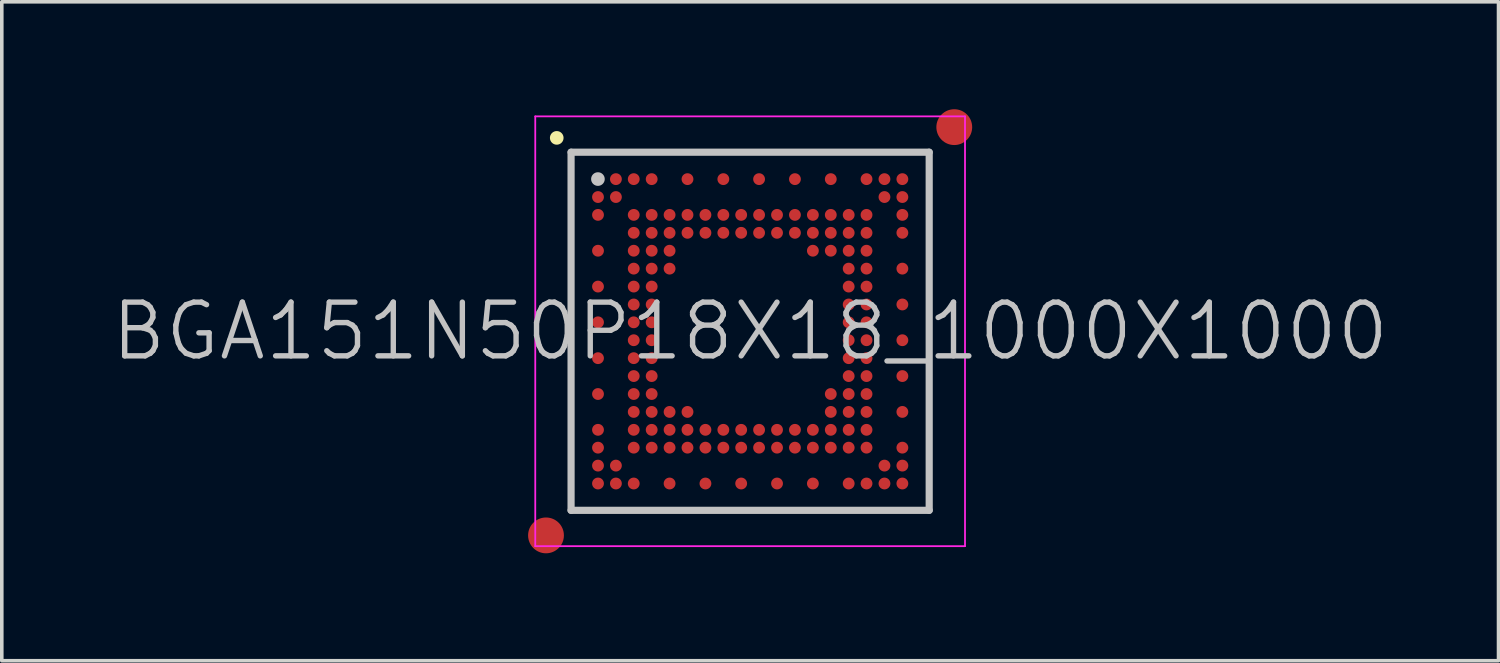
<source format=kicad_pcb>
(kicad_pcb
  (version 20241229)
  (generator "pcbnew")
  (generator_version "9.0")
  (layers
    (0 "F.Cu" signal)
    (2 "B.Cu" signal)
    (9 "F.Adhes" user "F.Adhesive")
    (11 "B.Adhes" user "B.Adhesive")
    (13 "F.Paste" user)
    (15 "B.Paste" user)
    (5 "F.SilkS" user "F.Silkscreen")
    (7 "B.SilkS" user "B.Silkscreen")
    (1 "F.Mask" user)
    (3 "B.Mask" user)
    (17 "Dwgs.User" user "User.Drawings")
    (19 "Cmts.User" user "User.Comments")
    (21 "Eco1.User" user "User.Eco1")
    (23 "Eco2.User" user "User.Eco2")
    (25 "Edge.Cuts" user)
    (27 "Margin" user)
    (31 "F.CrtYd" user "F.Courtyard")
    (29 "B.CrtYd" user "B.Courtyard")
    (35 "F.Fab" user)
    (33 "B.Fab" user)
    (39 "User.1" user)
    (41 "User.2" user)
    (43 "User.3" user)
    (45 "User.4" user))
  (footprint "BGA151N50P18X18_1000X1000"
    (layer "F.Cu")
    (at 17.896 6.2)
    (property "Reference" "BGA151N50P18X18_1000X1000" (at 0 0 0) (layer "Dwgs.User") (effects (font (size 1.5 1.5) (thickness 0.15))))
    (attr smd)
    (fp_line (start -5.4 -5.4) (end -5.4 -5.4) (stroke (width 0.381) (type solid)) (layer "F.SilkS"))
    (fp_line (start -5 -5) (end -5 5) (stroke (width 0.2) (type solid)) (layer "Dwgs.User"))
    (fp_line (start -5 -5) (end 5 -5) (stroke (width 0.2) (type solid)) (layer "Dwgs.User"))
    (fp_line (start -5 5) (end 5 5) (stroke (width 0.2) (type solid)) (layer "Dwgs.User"))
    (fp_line (start -4.25 -4.25) (end -4.25 -4.25) (stroke (width 0.381) (type solid)) (layer "Dwgs.User"))
    (fp_line (start 5 -5) (end 5 5) (stroke (width 0.2) (type solid)) (layer "Dwgs.User"))
    (fp_line (start -6 -6) (end -6 6) (stroke (width 0.05) (type solid)) (layer "F.CrtYd"))
    (fp_line (start -6 -6) (end 6 -6) (stroke (width 0.05) (type solid)) (layer "F.CrtYd"))
    (fp_line (start -6 6) (end 6 6) (stroke (width 0.05) (type solid)) (layer "F.CrtYd"))
    (fp_line (start 6 -6) (end 6 6) (stroke (width 0.05) (type solid)) (layer "F.CrtYd"))
    (pad "" smd circle (at -5.7 5.7) (size 1 1) (layers "F.Cu" "F.Mask"))
    (pad "" smd circle (at 5.7 -5.7) (size 1 1) (layers "F.Cu" "F.Mask"))
    (pad "A2" smd circle (at -3.748 -4.248) (size 0.33 0.33) (layers "F.Cu" "F.Mask" "F.Paste"))
    (pad "A3" smd circle (at -3.25 -4.248) (size 0.33 0.33) (layers "F.Cu" "F.Mask" "F.Paste"))
    (pad "A4" smd circle (at -2.749 -4.248) (size 0.33 0.33) (layers "F.Cu" "F.Mask" "F.Paste"))
    (pad "A6" smd circle (at -1.749 -4.248) (size 0.33 0.33) (layers "F.Cu" "F.Mask" "F.Paste"))
    (pad "A8" smd circle (at -0.748 -4.248) (size 0.33 0.33) (layers "F.Cu" "F.Mask" "F.Paste"))
    (pad "A10" smd circle (at 0.25 -4.248) (size 0.33 0.33) (layers "F.Cu" "F.Mask" "F.Paste"))
    (pad "A12" smd circle (at 1.251 -4.248) (size 0.33 0.33) (layers "F.Cu" "F.Mask" "F.Paste"))
    (pad "A14" smd circle (at 2.252 -4.248) (size 0.33 0.33) (layers "F.Cu" "F.Mask" "F.Paste"))
    (pad "A16" smd circle (at 3.25 -4.248) (size 0.33 0.33) (layers "F.Cu" "F.Mask" "F.Paste"))
    (pad "A17" smd circle (at 3.751 -4.248) (size 0.33 0.33) (layers "F.Cu" "F.Mask" "F.Paste"))
    (pad "A18" smd circle (at 4.251 -4.248) (size 0.33 0.33) (layers "F.Cu" "F.Mask" "F.Paste"))
    (pad "B1" smd circle (at -4.248 -3.748) (size 0.33 0.33) (layers "F.Cu" "F.Mask" "F.Paste"))
    (pad "B2" smd circle (at -3.748 -3.748) (size 0.33 0.33) (layers "F.Cu" "F.Mask" "F.Paste"))
    (pad "B17" smd circle (at 3.751 -3.748) (size 0.33 0.33) (layers "F.Cu" "F.Mask" "F.Paste"))
    (pad "B18" smd circle (at 4.251 -3.748) (size 0.33 0.33) (layers "F.Cu" "F.Mask" "F.Paste"))
    (pad "C1" smd circle (at -4.248 -3.25) (size 0.33 0.33) (layers "F.Cu" "F.Mask" "F.Paste"))
    (pad "C3" smd circle (at -3.25 -3.25) (size 0.33 0.33) (layers "F.Cu" "F.Mask" "F.Paste"))
    (pad "C4" smd circle (at -2.749 -3.25) (size 0.33 0.33) (layers "F.Cu" "F.Mask" "F.Paste"))
    (pad "C5" smd circle (at -2.249 -3.25) (size 0.33 0.33) (layers "F.Cu" "F.Mask" "F.Paste"))
    (pad "C6" smd circle (at -1.749 -3.25) (size 0.33 0.33) (layers "F.Cu" "F.Mask" "F.Paste"))
    (pad "C7" smd circle (at -1.248 -3.25) (size 0.33 0.33) (layers "F.Cu" "F.Mask" "F.Paste"))
    (pad "C8" smd circle (at -0.748 -3.25) (size 0.33 0.33) (layers "F.Cu" "F.Mask" "F.Paste"))
    (pad "C9" smd circle (at -0.25 -3.25) (size 0.33 0.33) (layers "F.Cu" "F.Mask" "F.Paste"))
    (pad "C10" smd circle (at 0.25 -3.25) (size 0.33 0.33) (layers "F.Cu" "F.Mask" "F.Paste"))
    (pad "C11" smd circle (at 0.751 -3.25) (size 0.33 0.33) (layers "F.Cu" "F.Mask" "F.Paste"))
    (pad "C12" smd circle (at 1.251 -3.25) (size 0.33 0.33) (layers "F.Cu" "F.Mask" "F.Paste"))
    (pad "C13" smd circle (at 1.752 -3.25) (size 0.33 0.33) (layers "F.Cu" "F.Mask" "F.Paste"))
    (pad "C14" smd circle (at 2.252 -3.25) (size 0.33 0.33) (layers "F.Cu" "F.Mask" "F.Paste"))
    (pad "C15" smd circle (at 2.752 -3.25) (size 0.33 0.33) (layers "F.Cu" "F.Mask" "F.Paste"))
    (pad "C16" smd circle (at 3.25 -3.25) (size 0.33 0.33) (layers "F.Cu" "F.Mask" "F.Paste"))
    (pad "C18" smd circle (at 4.251 -3.25) (size 0.33 0.33) (layers "F.Cu" "F.Mask" "F.Paste"))
    (pad "D3" smd circle (at -3.25 -2.749) (size 0.33 0.33) (layers "F.Cu" "F.Mask" "F.Paste"))
    (pad "D4" smd circle (at -2.749 -2.749) (size 0.33 0.33) (layers "F.Cu" "F.Mask" "F.Paste"))
    (pad "D5" smd circle (at -2.249 -2.749) (size 0.33 0.33) (layers "F.Cu" "F.Mask" "F.Paste"))
    (pad "D6" smd circle (at -1.749 -2.749) (size 0.33 0.33) (layers "F.Cu" "F.Mask" "F.Paste"))
    (pad "D7" smd circle (at -1.248 -2.749) (size 0.33 0.33) (layers "F.Cu" "F.Mask" "F.Paste"))
    (pad "D8" smd circle (at -0.748 -2.749) (size 0.33 0.33) (layers "F.Cu" "F.Mask" "F.Paste"))
    (pad "D9" smd circle (at -0.25 -2.749) (size 0.33 0.33) (layers "F.Cu" "F.Mask" "F.Paste"))
    (pad "D10" smd circle (at 0.25 -2.749) (size 0.33 0.33) (layers "F.Cu" "F.Mask" "F.Paste"))
    (pad "D11" smd circle (at 0.751 -2.749) (size 0.33 0.33) (layers "F.Cu" "F.Mask" "F.Paste"))
    (pad "D12" smd circle (at 1.251 -2.749) (size 0.33 0.33) (layers "F.Cu" "F.Mask" "F.Paste"))
    (pad "D13" smd circle (at 1.752 -2.749) (size 0.33 0.33) (layers "F.Cu" "F.Mask" "F.Paste"))
    (pad "D14" smd circle (at 2.252 -2.749) (size 0.33 0.33) (layers "F.Cu" "F.Mask" "F.Paste"))
    (pad "D15" smd circle (at 2.752 -2.749) (size 0.33 0.33) (layers "F.Cu" "F.Mask" "F.Paste"))
    (pad "D16" smd circle (at 3.25 -2.749) (size 0.33 0.33) (layers "F.Cu" "F.Mask" "F.Paste"))
    (pad "D18" smd circle (at 4.251 -2.749) (size 0.33 0.33) (layers "F.Cu" "F.Mask" "F.Paste"))
    (pad "E1" smd circle (at -4.248 -2.249) (size 0.33 0.33) (layers "F.Cu" "F.Mask" "F.Paste"))
    (pad "E3" smd circle (at -3.25 -2.249) (size 0.33 0.33) (layers "F.Cu" "F.Mask" "F.Paste"))
    (pad "E4" smd circle (at -2.749 -2.249) (size 0.33 0.33) (layers "F.Cu" "F.Mask" "F.Paste"))
    (pad "E5" smd circle (at -2.249 -2.249) (size 0.33 0.33) (layers "F.Cu" "F.Mask" "F.Paste"))
    (pad "E13" smd circle (at 1.752 -2.249) (size 0.33 0.33) (layers "F.Cu" "F.Mask" "F.Paste"))
    (pad "E14" smd circle (at 2.252 -2.249) (size 0.33 0.33) (layers "F.Cu" "F.Mask" "F.Paste"))
    (pad "E15" smd circle (at 2.752 -2.249) (size 0.33 0.33) (layers "F.Cu" "F.Mask" "F.Paste"))
    (pad "E16" smd circle (at 3.25 -2.249) (size 0.33 0.33) (layers "F.Cu" "F.Mask" "F.Paste"))
    (pad "F3" smd circle (at -3.25 -1.749) (size 0.33 0.33) (layers "F.Cu" "F.Mask" "F.Paste"))
    (pad "F4" smd circle (at -2.749 -1.749) (size 0.33 0.33) (layers "F.Cu" "F.Mask" "F.Paste"))
    (pad "F5" smd circle (at -2.249 -1.749) (size 0.33 0.33) (layers "F.Cu" "F.Mask" "F.Paste"))
    (pad "F15" smd circle (at 2.752 -1.749) (size 0.33 0.33) (layers "F.Cu" "F.Mask" "F.Paste"))
    (pad "F16" smd circle (at 3.25 -1.749) (size 0.33 0.33) (layers "F.Cu" "F.Mask" "F.Paste"))
    (pad "F18" smd circle (at 4.251 -1.749) (size 0.33 0.33) (layers "F.Cu" "F.Mask" "F.Paste"))
    (pad "G1" smd circle (at -4.248 -1.248) (size 0.33 0.33) (layers "F.Cu" "F.Mask" "F.Paste"))
    (pad "G3" smd circle (at -3.25 -1.248) (size 0.33 0.33) (layers "F.Cu" "F.Mask" "F.Paste"))
    (pad "G4" smd circle (at -2.749 -1.248) (size 0.33 0.33) (layers "F.Cu" "F.Mask" "F.Paste"))
    (pad "G15" smd circle (at 2.752 -1.248) (size 0.33 0.33) (layers "F.Cu" "F.Mask" "F.Paste"))
    (pad "G16" smd circle (at 3.25 -1.248) (size 0.33 0.33) (layers "F.Cu" "F.Mask" "F.Paste"))
    (pad "H3" smd circle (at -3.25 -0.748) (size 0.33 0.33) (layers "F.Cu" "F.Mask" "F.Paste"))
    (pad "H4" smd circle (at -2.749 -0.748) (size 0.33 0.33) (layers "F.Cu" "F.Mask" "F.Paste"))
    (pad "H15" smd circle (at 2.752 -0.748) (size 0.33 0.33) (layers "F.Cu" "F.Mask" "F.Paste"))
    (pad "H16" smd circle (at 3.25 -0.748) (size 0.33 0.33) (layers "F.Cu" "F.Mask" "F.Paste"))
    (pad "H18" smd circle (at 4.251 -0.748) (size 0.33 0.33) (layers "F.Cu" "F.Mask" "F.Paste"))
    (pad "J1" smd circle (at -4.248 -0.25) (size 0.33 0.33) (layers "F.Cu" "F.Mask" "F.Paste"))
    (pad "J3" smd circle (at -3.25 -0.25) (size 0.33 0.33) (layers "F.Cu" "F.Mask" "F.Paste"))
    (pad "J4" smd circle (at -2.749 -0.25) (size 0.33 0.33) (layers "F.Cu" "F.Mask" "F.Paste"))
    (pad "J15" smd circle (at 2.752 -0.25) (size 0.33 0.33) (layers "F.Cu" "F.Mask" "F.Paste"))
    (pad "J16" smd circle (at 3.25 -0.25) (size 0.33 0.33) (layers "F.Cu" "F.Mask" "F.Paste"))
    (pad "K3" smd circle (at -3.25 0.25) (size 0.33 0.33) (layers "F.Cu" "F.Mask" "F.Paste"))
    (pad "K4" smd circle (at -2.749 0.25) (size 0.33 0.33) (layers "F.Cu" "F.Mask" "F.Paste"))
    (pad "K15" smd circle (at 2.752 0.25) (size 0.33 0.33) (layers "F.Cu" "F.Mask" "F.Paste"))
    (pad "K16" smd circle (at 3.25 0.25) (size 0.33 0.33) (layers "F.Cu" "F.Mask" "F.Paste"))
    (pad "K18" smd circle (at 4.251 0.25) (size 0.33 0.33) (layers "F.Cu" "F.Mask" "F.Paste"))
    (pad "L1" smd circle (at -4.248 0.751) (size 0.33 0.33) (layers "F.Cu" "F.Mask" "F.Paste"))
    (pad "L3" smd circle (at -3.25 0.751) (size 0.33 0.33) (layers "F.Cu" "F.Mask" "F.Paste"))
    (pad "L4" smd circle (at -2.749 0.751) (size 0.33 0.33) (layers "F.Cu" "F.Mask" "F.Paste"))
    (pad "L15" smd circle (at 2.752 0.751) (size 0.33 0.33) (layers "F.Cu" "F.Mask" "F.Paste"))
    (pad "L16" smd circle (at 3.25 0.751) (size 0.33 0.33) (layers "F.Cu" "F.Mask" "F.Paste"))
    (pad "M3" smd circle (at -3.25 1.251) (size 0.33 0.33) (layers "F.Cu" "F.Mask" "F.Paste"))
    (pad "M4" smd circle (at -2.749 1.251) (size 0.33 0.33) (layers "F.Cu" "F.Mask" "F.Paste"))
    (pad "M15" smd circle (at 2.752 1.251) (size 0.33 0.33) (layers "F.Cu" "F.Mask" "F.Paste"))
    (pad "M16" smd circle (at 3.25 1.251) (size 0.33 0.33) (layers "F.Cu" "F.Mask" "F.Paste"))
    (pad "M18" smd circle (at 4.251 1.251) (size 0.33 0.33) (layers "F.Cu" "F.Mask" "F.Paste"))
    (pad "N1" smd circle (at -4.248 1.752) (size 0.33 0.33) (layers "F.Cu" "F.Mask" "F.Paste"))
    (pad "N3" smd circle (at -3.25 1.752) (size 0.33 0.33) (layers "F.Cu" "F.Mask" "F.Paste"))
    (pad "N4" smd circle (at -2.749 1.752) (size 0.33 0.33) (layers "F.Cu" "F.Mask" "F.Paste"))
    (pad "N14" smd circle (at 2.252 1.752) (size 0.33 0.33) (layers "F.Cu" "F.Mask" "F.Paste"))
    (pad "N15" smd circle (at 2.752 1.752) (size 0.33 0.33) (layers "F.Cu" "F.Mask" "F.Paste"))
    (pad "N16" smd circle (at 3.25 1.752) (size 0.33 0.33) (layers "F.Cu" "F.Mask" "F.Paste"))
    (pad "P3" smd circle (at -3.25 2.252) (size 0.33 0.33) (layers "F.Cu" "F.Mask" "F.Paste"))
    (pad "P4" smd circle (at -2.749 2.252) (size 0.33 0.33) (layers "F.Cu" "F.Mask" "F.Paste"))
    (pad "P5" smd circle (at -2.249 2.252) (size 0.33 0.33) (layers "F.Cu" "F.Mask" "F.Paste"))
    (pad "P6" smd circle (at -1.749 2.252) (size 0.33 0.33) (layers "F.Cu" "F.Mask" "F.Paste"))
    (pad "P14" smd circle (at 2.252 2.252) (size 0.33 0.33) (layers "F.Cu" "F.Mask" "F.Paste"))
    (pad "P15" smd circle (at 2.752 2.252) (size 0.33 0.33) (layers "F.Cu" "F.Mask" "F.Paste"))
    (pad "P16" smd circle (at 3.25 2.252) (size 0.33 0.33) (layers "F.Cu" "F.Mask" "F.Paste"))
    (pad "P18" smd circle (at 4.251 2.252) (size 0.33 0.33) (layers "F.Cu" "F.Mask" "F.Paste"))
    (pad "R1" smd circle (at -4.248 2.752) (size 0.33 0.33) (layers "F.Cu" "F.Mask" "F.Paste"))
    (pad "R3" smd circle (at -3.25 2.752) (size 0.33 0.33) (layers "F.Cu" "F.Mask" "F.Paste"))
    (pad "R4" smd circle (at -2.749 2.752) (size 0.33 0.33) (layers "F.Cu" "F.Mask" "F.Paste"))
    (pad "R5" smd circle (at -2.249 2.752) (size 0.33 0.33) (layers "F.Cu" "F.Mask" "F.Paste"))
    (pad "R6" smd circle (at -1.749 2.752) (size 0.33 0.33) (layers "F.Cu" "F.Mask" "F.Paste"))
    (pad "R7" smd circle (at -1.248 2.752) (size 0.33 0.33) (layers "F.Cu" "F.Mask" "F.Paste"))
    (pad "R8" smd circle (at -0.748 2.752) (size 0.33 0.33) (layers "F.Cu" "F.Mask" "F.Paste"))
    (pad "R9" smd circle (at -0.25 2.752) (size 0.33 0.33) (layers "F.Cu" "F.Mask" "F.Paste"))
    (pad "R10" smd circle (at 0.25 2.752) (size 0.33 0.33) (layers "F.Cu" "F.Mask" "F.Paste"))
    (pad "R11" smd circle (at 0.751 2.752) (size 0.33 0.33) (layers "F.Cu" "F.Mask" "F.Paste"))
    (pad "R12" smd circle (at 1.251 2.752) (size 0.33 0.33) (layers "F.Cu" "F.Mask" "F.Paste"))
    (pad "R13" smd circle (at 1.752 2.752) (size 0.33 0.33) (layers "F.Cu" "F.Mask" "F.Paste"))
    (pad "R14" smd circle (at 2.252 2.752) (size 0.33 0.33) (layers "F.Cu" "F.Mask" "F.Paste"))
    (pad "R15" smd circle (at 2.752 2.752) (size 0.33 0.33) (layers "F.Cu" "F.Mask" "F.Paste"))
    (pad "R16" smd circle (at 3.25 2.752) (size 0.33 0.33) (layers "F.Cu" "F.Mask" "F.Paste"))
    (pad "T1" smd circle (at -4.248 3.25) (size 0.33 0.33) (layers "F.Cu" "F.Mask" "F.Paste"))
    (pad "T3" smd circle (at -3.25 3.25) (size 0.33 0.33) (layers "F.Cu" "F.Mask" "F.Paste"))
    (pad "T4" smd circle (at -2.749 3.25) (size 0.33 0.33) (layers "F.Cu" "F.Mask" "F.Paste"))
    (pad "T5" smd circle (at -2.249 3.25) (size 0.33 0.33) (layers "F.Cu" "F.Mask" "F.Paste"))
    (pad "T6" smd circle (at -1.749 3.25) (size 0.33 0.33) (layers "F.Cu" "F.Mask" "F.Paste"))
    (pad "T7" smd circle (at -1.248 3.25) (size 0.33 0.33) (layers "F.Cu" "F.Mask" "F.Paste"))
    (pad "T8" smd circle (at -0.748 3.25) (size 0.33 0.33) (layers "F.Cu" "F.Mask" "F.Paste"))
    (pad "T9" smd circle (at -0.25 3.25) (size 0.33 0.33) (layers "F.Cu" "F.Mask" "F.Paste"))
    (pad "T10" smd circle (at 0.25 3.25) (size 0.33 0.33) (layers "F.Cu" "F.Mask" "F.Paste"))
    (pad "T11" smd circle (at 0.751 3.25) (size 0.33 0.33) (layers "F.Cu" "F.Mask" "F.Paste"))
    (pad "T12" smd circle (at 1.251 3.25) (size 0.33 0.33) (layers "F.Cu" "F.Mask" "F.Paste"))
    (pad "T13" smd circle (at 1.752 3.25) (size 0.33 0.33) (layers "F.Cu" "F.Mask" "F.Paste"))
    (pad "T14" smd circle (at 2.252 3.25) (size 0.33 0.33) (layers "F.Cu" "F.Mask" "F.Paste"))
    (pad "T15" smd circle (at 2.752 3.25) (size 0.33 0.33) (layers "F.Cu" "F.Mask" "F.Paste"))
    (pad "T16" smd circle (at 3.25 3.25) (size 0.33 0.33) (layers "F.Cu" "F.Mask" "F.Paste"))
    (pad "T18" smd circle (at 4.251 3.25) (size 0.33 0.33) (layers "F.Cu" "F.Mask" "F.Paste"))
    (pad "U1" smd circle (at -4.248 3.751) (size 0.33 0.33) (layers "F.Cu" "F.Mask" "F.Paste"))
    (pad "U2" smd circle (at -3.748 3.751) (size 0.33 0.33) (layers "F.Cu" "F.Mask" "F.Paste"))
    (pad "U17" smd circle (at 3.751 3.751) (size 0.33 0.33) (layers "F.Cu" "F.Mask" "F.Paste"))
    (pad "U18" smd circle (at 4.251 3.751) (size 0.33 0.33) (layers "F.Cu" "F.Mask" "F.Paste"))
    (pad "V1" smd circle (at -4.248 4.251) (size 0.33 0.33) (layers "F.Cu" "F.Mask" "F.Paste"))
    (pad "V2" smd circle (at -3.748 4.251) (size 0.33 0.33) (layers "F.Cu" "F.Mask" "F.Paste"))
    (pad "V3" smd circle (at -3.25 4.251) (size 0.33 0.33) (layers "F.Cu" "F.Mask" "F.Paste"))
    (pad "V5" smd circle (at -2.249 4.251) (size 0.33 0.33) (layers "F.Cu" "F.Mask" "F.Paste"))
    (pad "V7" smd circle (at -1.248 4.251) (size 0.33 0.33) (layers "F.Cu" "F.Mask" "F.Paste"))
    (pad "V9" smd circle (at -0.25 4.251) (size 0.33 0.33) (layers "F.Cu" "F.Mask" "F.Paste"))
    (pad "V11" smd circle (at 0.751 4.251) (size 0.33 0.33) (layers "F.Cu" "F.Mask" "F.Paste"))
    (pad "V13" smd circle (at 1.752 4.251) (size 0.33 0.33) (layers "F.Cu" "F.Mask" "F.Paste"))
    (pad "V15" smd circle (at 2.752 4.251) (size 0.33 0.33) (layers "F.Cu" "F.Mask" "F.Paste"))
    (pad "V16" smd circle (at 3.25 4.251) (size 0.33 0.33) (layers "F.Cu" "F.Mask" "F.Paste"))
    (pad "V17" smd circle (at 3.751 4.251) (size 0.33 0.33) (layers "F.Cu" "F.Mask" "F.Paste"))
    (pad "V18" smd circle (at 4.251 4.251) (size 0.33 0.33) (layers "F.Cu" "F.Mask" "F.Paste")))
  (gr_rect
    (start -3 -3)
    (end 38.793 15.4)
    (stroke (width 0.1) (type default))
    (fill no)
    (layer "Edge.Cuts")))
</source>
